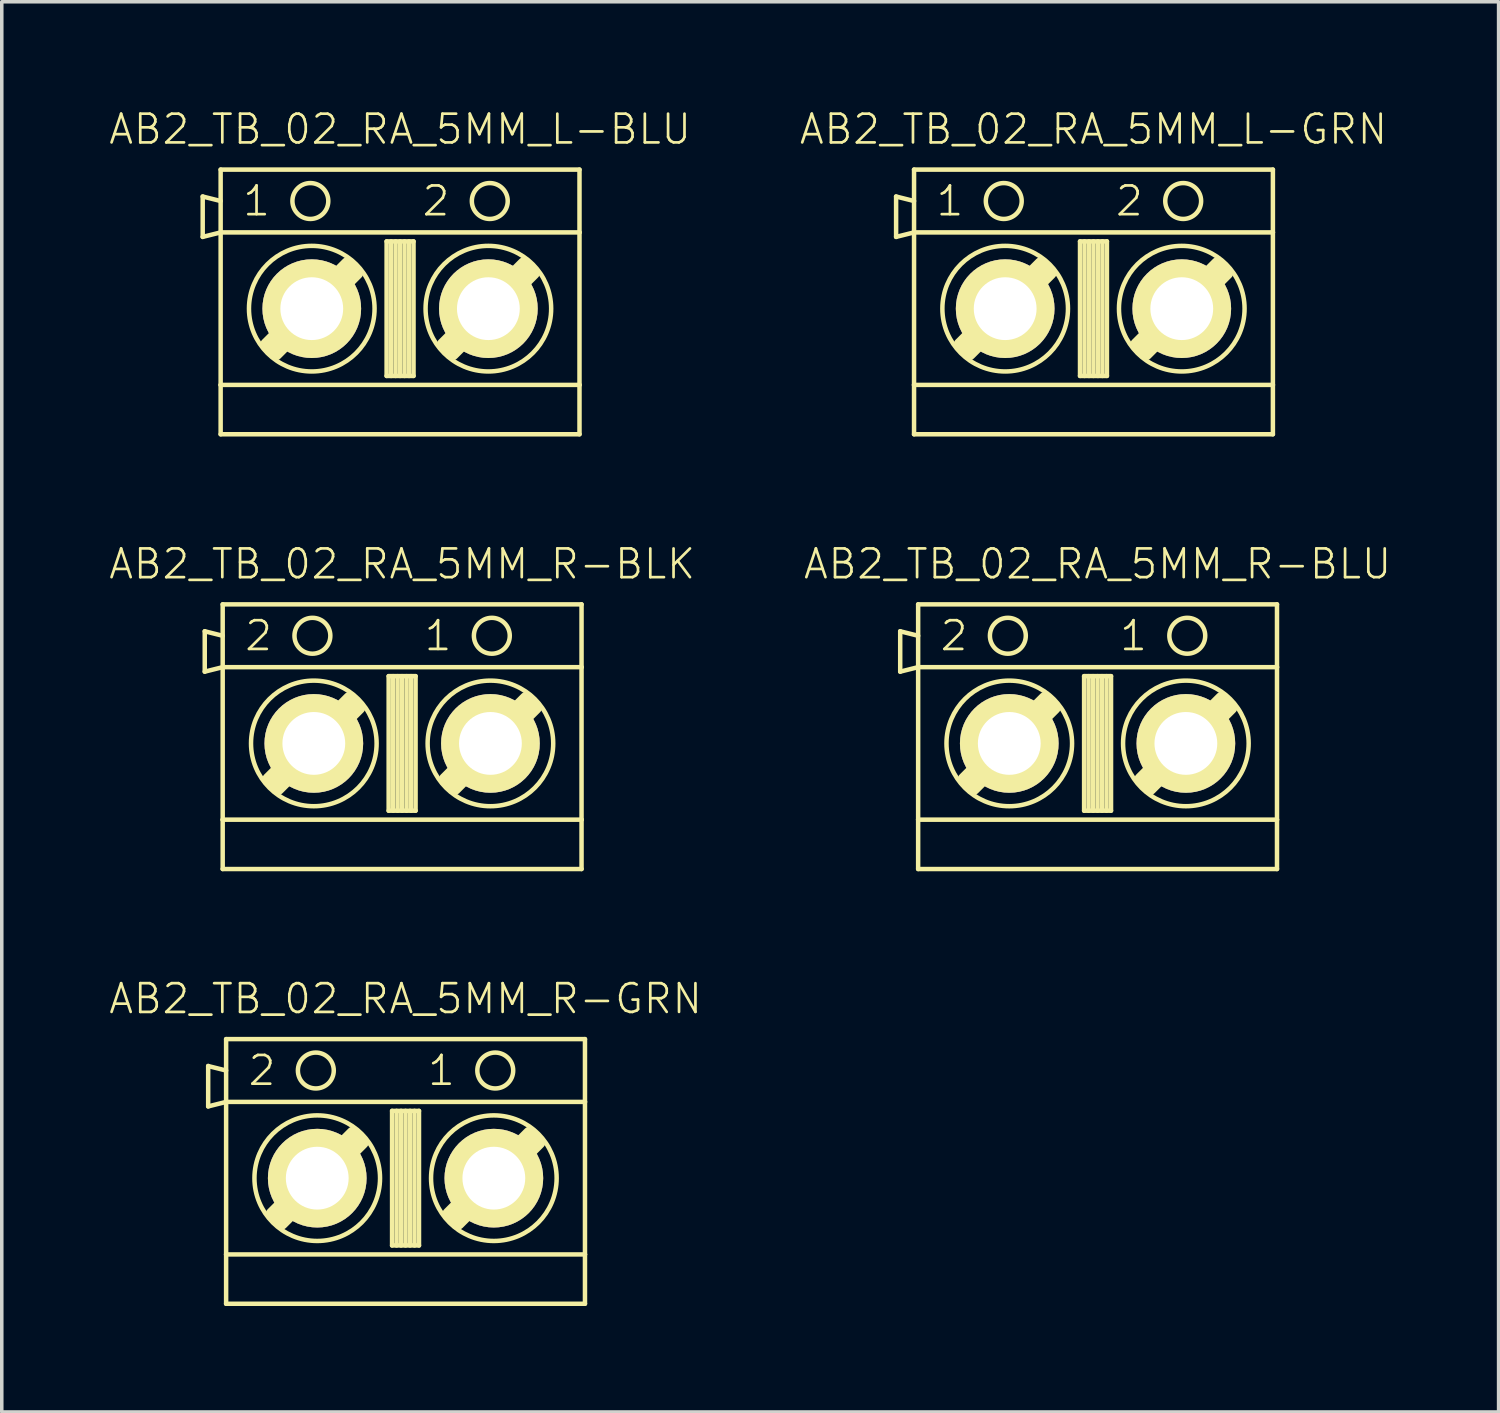
<source format=kicad_pcb>
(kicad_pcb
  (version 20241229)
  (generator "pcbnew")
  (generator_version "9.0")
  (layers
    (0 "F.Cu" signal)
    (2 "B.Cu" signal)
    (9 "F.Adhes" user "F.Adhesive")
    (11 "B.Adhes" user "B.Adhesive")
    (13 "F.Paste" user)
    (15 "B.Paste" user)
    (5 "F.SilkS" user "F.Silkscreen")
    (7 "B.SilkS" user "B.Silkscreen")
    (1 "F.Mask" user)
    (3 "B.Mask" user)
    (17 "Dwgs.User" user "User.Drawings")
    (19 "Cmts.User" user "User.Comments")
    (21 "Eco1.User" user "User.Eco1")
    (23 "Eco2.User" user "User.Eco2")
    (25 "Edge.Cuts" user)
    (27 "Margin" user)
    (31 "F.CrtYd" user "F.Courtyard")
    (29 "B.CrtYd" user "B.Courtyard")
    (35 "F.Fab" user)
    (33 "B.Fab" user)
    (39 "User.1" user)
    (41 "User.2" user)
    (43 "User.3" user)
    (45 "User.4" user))
  (footprint "AB2_TB_02_RA_5MM_R-BLU"
    (layer "F.Cu")
    (at 28.025 17.998)
    (property "Reference" "AB2_TB_02_RA_5MM_R-BLU" (at 0 -5.08 0) (layer "F.SilkS") (effects (font (size 0.813 0.813) (thickness 0.076))))
    (attr through_hole)
    (fp_line (start -5.588 -3.175) (end -5.08 -3.048) (stroke (width 0.127) (type solid)) (layer "F.SilkS"))
    (fp_line (start -5.588 -2.032) (end -5.588 -3.175) (stroke (width 0.127) (type solid)) (layer "F.SilkS"))
    (fp_line (start -5.08 -3.937) (end 5.08 -3.937) (stroke (width 0.127) (type solid)) (layer "F.SilkS"))
    (fp_line (start -5.08 -2.159) (end -5.588 -2.032) (stroke (width 0.127) (type solid)) (layer "F.SilkS"))
    (fp_line (start -5.08 -2.159) (end -5.08 -3.937) (stroke (width 0.127) (type solid)) (layer "F.SilkS"))
    (fp_line (start -5.08 -2.159) (end 5.08 -2.159) (stroke (width 0.127) (type solid)) (layer "F.SilkS"))
    (fp_line (start -5.08 2.159) (end -5.08 -2.159) (stroke (width 0.127) (type solid)) (layer "F.SilkS"))
    (fp_line (start -5.08 2.159) (end -5.08 3.556) (stroke (width 0.127) (type solid)) (layer "F.SilkS"))
    (fp_line (start -5.08 3.556) (end 5.08 3.556) (stroke (width 0.127) (type solid)) (layer "F.SilkS"))
    (fp_line (start -3.77 1.016) (end -1.484 -1.27) (stroke (width 0.381) (type solid)) (layer "F.SilkS"))
    (fp_line (start -3.643 1.143) (end -1.357 -1.143) (stroke (width 0.381) (type solid)) (layer "F.SilkS"))
    (fp_line (start -1.23 -1.016) (end -3.516 1.27) (stroke (width 0.381) (type solid)) (layer "F.SilkS"))
    (fp_line (start -0.381 -1.905) (end 0.381 -1.905) (stroke (width 0.127) (type solid)) (layer "F.SilkS"))
    (fp_line (start -0.381 1.905) (end -0.381 -1.905) (stroke (width 0.127) (type solid)) (layer "F.SilkS"))
    (fp_line (start -0.254 -1.905) (end -0.254 1.905) (stroke (width 0.127) (type solid)) (layer "F.SilkS"))
    (fp_line (start -0.127 -1.905) (end -0.127 1.905) (stroke (width 0.127) (type solid)) (layer "F.SilkS"))
    (fp_line (start 0 -1.905) (end 0 1.905) (stroke (width 0.127) (type solid)) (layer "F.SilkS"))
    (fp_line (start 0.127 -1.905) (end 0.127 1.905) (stroke (width 0.127) (type solid)) (layer "F.SilkS"))
    (fp_line (start 0.254 -1.905) (end 0.254 1.905) (stroke (width 0.127) (type solid)) (layer "F.SilkS"))
    (fp_line (start 0.381 -1.905) (end 0.381 1.905) (stroke (width 0.127) (type solid)) (layer "F.SilkS"))
    (fp_line (start 0.381 1.905) (end -0.381 1.905) (stroke (width 0.127) (type solid)) (layer "F.SilkS"))
    (fp_line (start 1.23 1.016) (end 3.516 -1.27) (stroke (width 0.381) (type solid)) (layer "F.SilkS"))
    (fp_line (start 1.357 1.143) (end 3.643 -1.143) (stroke (width 0.381) (type solid)) (layer "F.SilkS"))
    (fp_line (start 3.77 -1.016) (end 1.484 1.27) (stroke (width 0.381) (type solid)) (layer "F.SilkS"))
    (fp_line (start 5.08 -3.937) (end 5.08 -2.159) (stroke (width 0.127) (type solid)) (layer "F.SilkS"))
    (fp_line (start 5.08 -2.159) (end 5.08 2.159) (stroke (width 0.127) (type solid)) (layer "F.SilkS"))
    (fp_line (start 5.08 2.159) (end -5.08 2.159) (stroke (width 0.127) (type solid)) (layer "F.SilkS"))
    (fp_line (start 5.08 3.556) (end 5.08 2.159) (stroke (width 0.127) (type solid)) (layer "F.SilkS"))
    (fp_circle (center -2.54 -3.048) (end -2.54 -3.556) (stroke (width 0.127) (type solid)) (fill no) (layer "F.SilkS"))
    (fp_circle (center -2.5 0) (end -2.5 -1.778) (stroke (width 0.127) (type solid)) (fill no) (layer "F.SilkS"))
    (fp_circle (center 2.5 0) (end 2.5 -1.778) (stroke (width 0.127) (type solid)) (fill no) (layer "F.SilkS"))
    (fp_circle (center 2.54 -3.048) (end 2.54 -3.556) (stroke (width 0.127) (type solid)) (fill no) (layer "F.SilkS"))
    (fp_text user "1" (at 1.016 -3.048 0) (layer "F.SilkS") (effects (font (size 0.813 0.813) (thickness 0.076))))
    (fp_text user "2" (at -4.064 -3.048 0) (layer "F.SilkS") (effects (font (size 0.813 0.813) (thickness 0.076))))
    (pad "1" thru_hole circle (at 2.5 0) (size 2.794 2.794) (drill 1.778) (layers "*.Cu" "*.Mask" "F.SilkS"))
    (pad "2" thru_hole circle (at -2.5 0) (size 2.794 2.794) (drill 1.778) (layers "*.Cu" "*.Mask" "F.SilkS")))
  (footprint "AB2_TB_02_RA_5MM_L-BLU"
    (layer "F.Cu")
    (at 8.277 5.689)
    (property "Reference" "AB2_TB_02_RA_5MM_L-BLU" (at 0 -5.08 0) (layer "F.SilkS") (effects (font (size 0.813 0.813) (thickness 0.076))))
    (attr through_hole)
    (fp_line (start -5.588 -3.175) (end -5.08 -3.048) (stroke (width 0.127) (type solid)) (layer "F.SilkS"))
    (fp_line (start -5.588 -2.032) (end -5.588 -3.175) (stroke (width 0.127) (type solid)) (layer "F.SilkS"))
    (fp_line (start -5.08 -3.937) (end 5.08 -3.937) (stroke (width 0.127) (type solid)) (layer "F.SilkS"))
    (fp_line (start -5.08 -2.159) (end -5.588 -2.032) (stroke (width 0.127) (type solid)) (layer "F.SilkS"))
    (fp_line (start -5.08 -2.159) (end -5.08 -3.937) (stroke (width 0.127) (type solid)) (layer "F.SilkS"))
    (fp_line (start -5.08 -2.159) (end 5.08 -2.159) (stroke (width 0.127) (type solid)) (layer "F.SilkS"))
    (fp_line (start -5.08 2.159) (end -5.08 -2.159) (stroke (width 0.127) (type solid)) (layer "F.SilkS"))
    (fp_line (start -5.08 2.159) (end -5.08 3.556) (stroke (width 0.127) (type solid)) (layer "F.SilkS"))
    (fp_line (start -5.08 3.556) (end 5.08 3.556) (stroke (width 0.127) (type solid)) (layer "F.SilkS"))
    (fp_line (start -3.77 1.016) (end -1.484 -1.27) (stroke (width 0.381) (type solid)) (layer "F.SilkS"))
    (fp_line (start -3.643 1.143) (end -1.357 -1.143) (stroke (width 0.381) (type solid)) (layer "F.SilkS"))
    (fp_line (start -1.23 -1.016) (end -3.516 1.27) (stroke (width 0.381) (type solid)) (layer "F.SilkS"))
    (fp_line (start -0.381 -1.905) (end 0.381 -1.905) (stroke (width 0.127) (type solid)) (layer "F.SilkS"))
    (fp_line (start -0.381 1.905) (end -0.381 -1.905) (stroke (width 0.127) (type solid)) (layer "F.SilkS"))
    (fp_line (start -0.254 -1.905) (end -0.254 1.905) (stroke (width 0.127) (type solid)) (layer "F.SilkS"))
    (fp_line (start -0.127 -1.905) (end -0.127 1.905) (stroke (width 0.127) (type solid)) (layer "F.SilkS"))
    (fp_line (start 0 -1.905) (end 0 1.905) (stroke (width 0.127) (type solid)) (layer "F.SilkS"))
    (fp_line (start 0.127 -1.905) (end 0.127 1.905) (stroke (width 0.127) (type solid)) (layer "F.SilkS"))
    (fp_line (start 0.254 -1.905) (end 0.254 1.905) (stroke (width 0.127) (type solid)) (layer "F.SilkS"))
    (fp_line (start 0.381 -1.905) (end 0.381 1.905) (stroke (width 0.127) (type solid)) (layer "F.SilkS"))
    (fp_line (start 0.381 1.905) (end -0.381 1.905) (stroke (width 0.127) (type solid)) (layer "F.SilkS"))
    (fp_line (start 1.23 1.016) (end 3.516 -1.27) (stroke (width 0.381) (type solid)) (layer "F.SilkS"))
    (fp_line (start 1.357 1.143) (end 3.643 -1.143) (stroke (width 0.381) (type solid)) (layer "F.SilkS"))
    (fp_line (start 3.77 -1.016) (end 1.484 1.27) (stroke (width 0.381) (type solid)) (layer "F.SilkS"))
    (fp_line (start 5.08 -3.937) (end 5.08 -2.159) (stroke (width 0.127) (type solid)) (layer "F.SilkS"))
    (fp_line (start 5.08 -2.159) (end 5.08 2.159) (stroke (width 0.127) (type solid)) (layer "F.SilkS"))
    (fp_line (start 5.08 2.159) (end -5.08 2.159) (stroke (width 0.127) (type solid)) (layer "F.SilkS"))
    (fp_line (start 5.08 3.556) (end 5.08 2.159) (stroke (width 0.127) (type solid)) (layer "F.SilkS"))
    (fp_circle (center -2.54 -3.048) (end -2.54 -3.556) (stroke (width 0.127) (type solid)) (fill no) (layer "F.SilkS"))
    (fp_circle (center -2.5 0) (end -2.5 -1.778) (stroke (width 0.127) (type solid)) (fill no) (layer "F.SilkS"))
    (fp_circle (center 2.5 0) (end 2.5 -1.778) (stroke (width 0.127) (type solid)) (fill no) (layer "F.SilkS"))
    (fp_circle (center 2.54 -3.048) (end 2.54 -3.556) (stroke (width 0.127) (type solid)) (fill no) (layer "F.SilkS"))
    (fp_text user "2" (at 1.016 -3.048 0) (layer "F.SilkS") (effects (font (size 0.813 0.813) (thickness 0.076))))
    (fp_text user "1" (at -4.064 -3.048 0) (layer "F.SilkS") (effects (font (size 0.813 0.813) (thickness 0.076))))
    (pad "1" thru_hole circle (at -2.5 0) (size 2.794 2.794) (drill 1.778) (layers "*.Cu" "*.Mask" "F.SilkS"))
    (pad "2" thru_hole circle (at 2.5 0) (size 2.794 2.794) (drill 1.778) (layers "*.Cu" "*.Mask" "F.SilkS")))
  (footprint "AB2_TB_02_RA_5MM_R-BLK"
    (layer "F.Cu")
    (at 8.335 17.998)
    (property "Reference" "AB2_TB_02_RA_5MM_R-BLK" (at 0 -5.08 0) (layer "F.SilkS") (effects (font (size 0.813 0.813) (thickness 0.076))))
    (attr through_hole)
    (fp_line (start -5.588 -3.175) (end -5.08 -3.048) (stroke (width 0.127) (type solid)) (layer "F.SilkS"))
    (fp_line (start -5.588 -2.032) (end -5.588 -3.175) (stroke (width 0.127) (type solid)) (layer "F.SilkS"))
    (fp_line (start -5.08 -3.937) (end 5.08 -3.937) (stroke (width 0.127) (type solid)) (layer "F.SilkS"))
    (fp_line (start -5.08 -2.159) (end -5.588 -2.032) (stroke (width 0.127) (type solid)) (layer "F.SilkS"))
    (fp_line (start -5.08 -2.159) (end -5.08 -3.937) (stroke (width 0.127) (type solid)) (layer "F.SilkS"))
    (fp_line (start -5.08 -2.159) (end 5.08 -2.159) (stroke (width 0.127) (type solid)) (layer "F.SilkS"))
    (fp_line (start -5.08 2.159) (end -5.08 -2.159) (stroke (width 0.127) (type solid)) (layer "F.SilkS"))
    (fp_line (start -5.08 2.159) (end -5.08 3.556) (stroke (width 0.127) (type solid)) (layer "F.SilkS"))
    (fp_line (start -5.08 3.556) (end 5.08 3.556) (stroke (width 0.127) (type solid)) (layer "F.SilkS"))
    (fp_line (start -3.77 1.016) (end -1.484 -1.27) (stroke (width 0.381) (type solid)) (layer "F.SilkS"))
    (fp_line (start -3.643 1.143) (end -1.357 -1.143) (stroke (width 0.381) (type solid)) (layer "F.SilkS"))
    (fp_line (start -1.23 -1.016) (end -3.516 1.27) (stroke (width 0.381) (type solid)) (layer "F.SilkS"))
    (fp_line (start -0.381 -1.905) (end 0.381 -1.905) (stroke (width 0.127) (type solid)) (layer "F.SilkS"))
    (fp_line (start -0.381 1.905) (end -0.381 -1.905) (stroke (width 0.127) (type solid)) (layer "F.SilkS"))
    (fp_line (start -0.254 -1.905) (end -0.254 1.905) (stroke (width 0.127) (type solid)) (layer "F.SilkS"))
    (fp_line (start -0.127 -1.905) (end -0.127 1.905) (stroke (width 0.127) (type solid)) (layer "F.SilkS"))
    (fp_line (start 0 -1.905) (end 0 1.905) (stroke (width 0.127) (type solid)) (layer "F.SilkS"))
    (fp_line (start 0.127 -1.905) (end 0.127 1.905) (stroke (width 0.127) (type solid)) (layer "F.SilkS"))
    (fp_line (start 0.254 -1.905) (end 0.254 1.905) (stroke (width 0.127) (type solid)) (layer "F.SilkS"))
    (fp_line (start 0.381 -1.905) (end 0.381 1.905) (stroke (width 0.127) (type solid)) (layer "F.SilkS"))
    (fp_line (start 0.381 1.905) (end -0.381 1.905) (stroke (width 0.127) (type solid)) (layer "F.SilkS"))
    (fp_line (start 1.23 1.016) (end 3.516 -1.27) (stroke (width 0.381) (type solid)) (layer "F.SilkS"))
    (fp_line (start 1.357 1.143) (end 3.643 -1.143) (stroke (width 0.381) (type solid)) (layer "F.SilkS"))
    (fp_line (start 3.77 -1.016) (end 1.484 1.27) (stroke (width 0.381) (type solid)) (layer "F.SilkS"))
    (fp_line (start 5.08 -3.937) (end 5.08 -2.159) (stroke (width 0.127) (type solid)) (layer "F.SilkS"))
    (fp_line (start 5.08 -2.159) (end 5.08 2.159) (stroke (width 0.127) (type solid)) (layer "F.SilkS"))
    (fp_line (start 5.08 2.159) (end -5.08 2.159) (stroke (width 0.127) (type solid)) (layer "F.SilkS"))
    (fp_line (start 5.08 3.556) (end 5.08 2.159) (stroke (width 0.127) (type solid)) (layer "F.SilkS"))
    (fp_circle (center -2.54 -3.048) (end -2.54 -3.556) (stroke (width 0.127) (type solid)) (fill no) (layer "F.SilkS"))
    (fp_circle (center -2.5 0) (end -2.5 -1.778) (stroke (width 0.127) (type solid)) (fill no) (layer "F.SilkS"))
    (fp_circle (center 2.5 0) (end 2.5 -1.778) (stroke (width 0.127) (type solid)) (fill no) (layer "F.SilkS"))
    (fp_circle (center 2.54 -3.048) (end 2.54 -3.556) (stroke (width 0.127) (type solid)) (fill no) (layer "F.SilkS"))
    (fp_text user "2" (at -4.064 -3.048 0) (layer "F.SilkS") (effects (font (size 0.813 0.813) (thickness 0.076))))
    (fp_text user "1" (at 1.016 -3.048 0) (layer "F.SilkS") (effects (font (size 0.813 0.813) (thickness 0.076))))
    (pad "1" thru_hole circle (at 2.5 0) (size 2.794 2.794) (drill 1.778) (layers "*.Cu" "*.Mask" "F.SilkS"))
    (pad "2" thru_hole circle (at -2.5 0) (size 2.794 2.794) (drill 1.778) (layers "*.Cu" "*.Mask" "F.SilkS")))
  (footprint "AB2_TB_02_RA_5MM_L-GRN"
    (layer "F.Cu")
    (at 27.909 5.689)
    (property "Reference" "AB2_TB_02_RA_5MM_L-GRN" (at 0 -5.08 0) (layer "F.SilkS") (effects (font (size 0.813 0.813) (thickness 0.076))))
    (attr through_hole)
    (fp_line (start -5.588 -3.175) (end -5.08 -3.048) (stroke (width 0.127) (type solid)) (layer "F.SilkS"))
    (fp_line (start -5.588 -2.032) (end -5.588 -3.175) (stroke (width 0.127) (type solid)) (layer "F.SilkS"))
    (fp_line (start -5.08 -3.937) (end 5.08 -3.937) (stroke (width 0.127) (type solid)) (layer "F.SilkS"))
    (fp_line (start -5.08 -2.159) (end -5.588 -2.032) (stroke (width 0.127) (type solid)) (layer "F.SilkS"))
    (fp_line (start -5.08 -2.159) (end -5.08 -3.937) (stroke (width 0.127) (type solid)) (layer "F.SilkS"))
    (fp_line (start -5.08 -2.159) (end 5.08 -2.159) (stroke (width 0.127) (type solid)) (layer "F.SilkS"))
    (fp_line (start -5.08 2.159) (end -5.08 -2.159) (stroke (width 0.127) (type solid)) (layer "F.SilkS"))
    (fp_line (start -5.08 2.159) (end -5.08 3.556) (stroke (width 0.127) (type solid)) (layer "F.SilkS"))
    (fp_line (start -5.08 3.556) (end 5.08 3.556) (stroke (width 0.127) (type solid)) (layer "F.SilkS"))
    (fp_line (start -3.77 1.016) (end -1.484 -1.27) (stroke (width 0.381) (type solid)) (layer "F.SilkS"))
    (fp_line (start -3.643 1.143) (end -1.357 -1.143) (stroke (width 0.381) (type solid)) (layer "F.SilkS"))
    (fp_line (start -1.23 -1.016) (end -3.516 1.27) (stroke (width 0.381) (type solid)) (layer "F.SilkS"))
    (fp_line (start -0.381 -1.905) (end 0.381 -1.905) (stroke (width 0.127) (type solid)) (layer "F.SilkS"))
    (fp_line (start -0.381 1.905) (end -0.381 -1.905) (stroke (width 0.127) (type solid)) (layer "F.SilkS"))
    (fp_line (start -0.254 -1.905) (end -0.254 1.905) (stroke (width 0.127) (type solid)) (layer "F.SilkS"))
    (fp_line (start -0.127 -1.905) (end -0.127 1.905) (stroke (width 0.127) (type solid)) (layer "F.SilkS"))
    (fp_line (start 0 -1.905) (end 0 1.905) (stroke (width 0.127) (type solid)) (layer "F.SilkS"))
    (fp_line (start 0.127 -1.905) (end 0.127 1.905) (stroke (width 0.127) (type solid)) (layer "F.SilkS"))
    (fp_line (start 0.254 -1.905) (end 0.254 1.905) (stroke (width 0.127) (type solid)) (layer "F.SilkS"))
    (fp_line (start 0.381 -1.905) (end 0.381 1.905) (stroke (width 0.127) (type solid)) (layer "F.SilkS"))
    (fp_line (start 0.381 1.905) (end -0.381 1.905) (stroke (width 0.127) (type solid)) (layer "F.SilkS"))
    (fp_line (start 1.23 1.016) (end 3.516 -1.27) (stroke (width 0.381) (type solid)) (layer "F.SilkS"))
    (fp_line (start 1.357 1.143) (end 3.643 -1.143) (stroke (width 0.381) (type solid)) (layer "F.SilkS"))
    (fp_line (start 3.77 -1.016) (end 1.484 1.27) (stroke (width 0.381) (type solid)) (layer "F.SilkS"))
    (fp_line (start 5.08 -3.937) (end 5.08 -2.159) (stroke (width 0.127) (type solid)) (layer "F.SilkS"))
    (fp_line (start 5.08 -2.159) (end 5.08 2.159) (stroke (width 0.127) (type solid)) (layer "F.SilkS"))
    (fp_line (start 5.08 2.159) (end -5.08 2.159) (stroke (width 0.127) (type solid)) (layer "F.SilkS"))
    (fp_line (start 5.08 3.556) (end 5.08 2.159) (stroke (width 0.127) (type solid)) (layer "F.SilkS"))
    (fp_circle (center -2.54 -3.048) (end -2.54 -3.556) (stroke (width 0.127) (type solid)) (fill no) (layer "F.SilkS"))
    (fp_circle (center -2.5 0) (end -2.5 -1.778) (stroke (width 0.127) (type solid)) (fill no) (layer "F.SilkS"))
    (fp_circle (center 2.5 0) (end 2.5 -1.778) (stroke (width 0.127) (type solid)) (fill no) (layer "F.SilkS"))
    (fp_circle (center 2.54 -3.048) (end 2.54 -3.556) (stroke (width 0.127) (type solid)) (fill no) (layer "F.SilkS"))
    (fp_text user "1" (at -4.064 -3.048 0) (layer "F.SilkS") (effects (font (size 0.813 0.813) (thickness 0.076))))
    (fp_text user "2" (at 1.016 -3.048 0) (layer "F.SilkS") (effects (font (size 0.813 0.813) (thickness 0.076))))
    (pad "1" thru_hole circle (at -2.5 0) (size 2.794 2.794) (drill 1.778) (layers "*.Cu" "*.Mask" "F.SilkS"))
    (pad "2" thru_hole circle (at 2.5 0) (size 2.794 2.794) (drill 1.778) (layers "*.Cu" "*.Mask" "F.SilkS")))
  (footprint "AB2_TB_02_RA_5MM_R-GRN"
    (layer "F.Cu")
    (at 8.432 30.307)
    (property "Reference" "AB2_TB_02_RA_5MM_R-GRN" (at 0 -5.08 0) (layer "F.SilkS") (effects (font (size 0.813 0.813) (thickness 0.076))))
    (attr through_hole)
    (fp_line (start -5.588 -3.175) (end -5.08 -3.048) (stroke (width 0.127) (type solid)) (layer "F.SilkS"))
    (fp_line (start -5.588 -2.032) (end -5.588 -3.175) (stroke (width 0.127) (type solid)) (layer "F.SilkS"))
    (fp_line (start -5.08 -3.937) (end 5.08 -3.937) (stroke (width 0.127) (type solid)) (layer "F.SilkS"))
    (fp_line (start -5.08 -2.159) (end -5.588 -2.032) (stroke (width 0.127) (type solid)) (layer "F.SilkS"))
    (fp_line (start -5.08 -2.159) (end -5.08 -3.937) (stroke (width 0.127) (type solid)) (layer "F.SilkS"))
    (fp_line (start -5.08 -2.159) (end 5.08 -2.159) (stroke (width 0.127) (type solid)) (layer "F.SilkS"))
    (fp_line (start -5.08 2.159) (end -5.08 -2.159) (stroke (width 0.127) (type solid)) (layer "F.SilkS"))
    (fp_line (start -5.08 2.159) (end -5.08 3.556) (stroke (width 0.127) (type solid)) (layer "F.SilkS"))
    (fp_line (start -5.08 3.556) (end 5.08 3.556) (stroke (width 0.127) (type solid)) (layer "F.SilkS"))
    (fp_line (start -3.77 1.016) (end -1.484 -1.27) (stroke (width 0.381) (type solid)) (layer "F.SilkS"))
    (fp_line (start -3.643 1.143) (end -1.357 -1.143) (stroke (width 0.381) (type solid)) (layer "F.SilkS"))
    (fp_line (start -1.23 -1.016) (end -3.516 1.27) (stroke (width 0.381) (type solid)) (layer "F.SilkS"))
    (fp_line (start -0.381 -1.905) (end 0.381 -1.905) (stroke (width 0.127) (type solid)) (layer "F.SilkS"))
    (fp_line (start -0.381 1.905) (end -0.381 -1.905) (stroke (width 0.127) (type solid)) (layer "F.SilkS"))
    (fp_line (start -0.254 -1.905) (end -0.254 1.905) (stroke (width 0.127) (type solid)) (layer "F.SilkS"))
    (fp_line (start -0.127 -1.905) (end -0.127 1.905) (stroke (width 0.127) (type solid)) (layer "F.SilkS"))
    (fp_line (start 0 -1.905) (end 0 1.905) (stroke (width 0.127) (type solid)) (layer "F.SilkS"))
    (fp_line (start 0.127 -1.905) (end 0.127 1.905) (stroke (width 0.127) (type solid)) (layer "F.SilkS"))
    (fp_line (start 0.254 -1.905) (end 0.254 1.905) (stroke (width 0.127) (type solid)) (layer "F.SilkS"))
    (fp_line (start 0.381 -1.905) (end 0.381 1.905) (stroke (width 0.127) (type solid)) (layer "F.SilkS"))
    (fp_line (start 0.381 1.905) (end -0.381 1.905) (stroke (width 0.127) (type solid)) (layer "F.SilkS"))
    (fp_line (start 1.23 1.016) (end 3.516 -1.27) (stroke (width 0.381) (type solid)) (layer "F.SilkS"))
    (fp_line (start 1.357 1.143) (end 3.643 -1.143) (stroke (width 0.381) (type solid)) (layer "F.SilkS"))
    (fp_line (start 3.77 -1.016) (end 1.484 1.27) (stroke (width 0.381) (type solid)) (layer "F.SilkS"))
    (fp_line (start 5.08 -3.937) (end 5.08 -2.159) (stroke (width 0.127) (type solid)) (layer "F.SilkS"))
    (fp_line (start 5.08 -2.159) (end 5.08 2.159) (stroke (width 0.127) (type solid)) (layer "F.SilkS"))
    (fp_line (start 5.08 2.159) (end -5.08 2.159) (stroke (width 0.127) (type solid)) (layer "F.SilkS"))
    (fp_line (start 5.08 3.556) (end 5.08 2.159) (stroke (width 0.127) (type solid)) (layer "F.SilkS"))
    (fp_circle (center -2.54 -3.048) (end -2.54 -3.556) (stroke (width 0.127) (type solid)) (fill no) (layer "F.SilkS"))
    (fp_circle (center -2.5 0) (end -2.5 -1.778) (stroke (width 0.127) (type solid)) (fill no) (layer "F.SilkS"))
    (fp_circle (center 2.5 0) (end 2.5 -1.778) (stroke (width 0.127) (type solid)) (fill no) (layer "F.SilkS"))
    (fp_circle (center 2.54 -3.048) (end 2.54 -3.556) (stroke (width 0.127) (type solid)) (fill no) (layer "F.SilkS"))
    (fp_text user "2" (at -4.064 -3.048 0) (layer "F.SilkS") (effects (font (size 0.813 0.813) (thickness 0.076))))
    (fp_text user "1" (at 1.016 -3.048 0) (layer "F.SilkS") (effects (font (size 0.813 0.813) (thickness 0.076))))
    (pad "1" thru_hole circle (at 2.5 0) (size 2.794 2.794) (drill 1.778) (layers "*.Cu" "*.Mask" "F.SilkS"))
    (pad "2" thru_hole circle (at -2.5 0) (size 2.794 2.794) (drill 1.778) (layers "*.Cu" "*.Mask" "F.SilkS")))
  (gr_rect
    (start -3 -3)
    (end 39.379 36.926)
    (stroke (width 0.1) (type default))
    (fill no)
    (layer "Edge.Cuts")))
</source>
